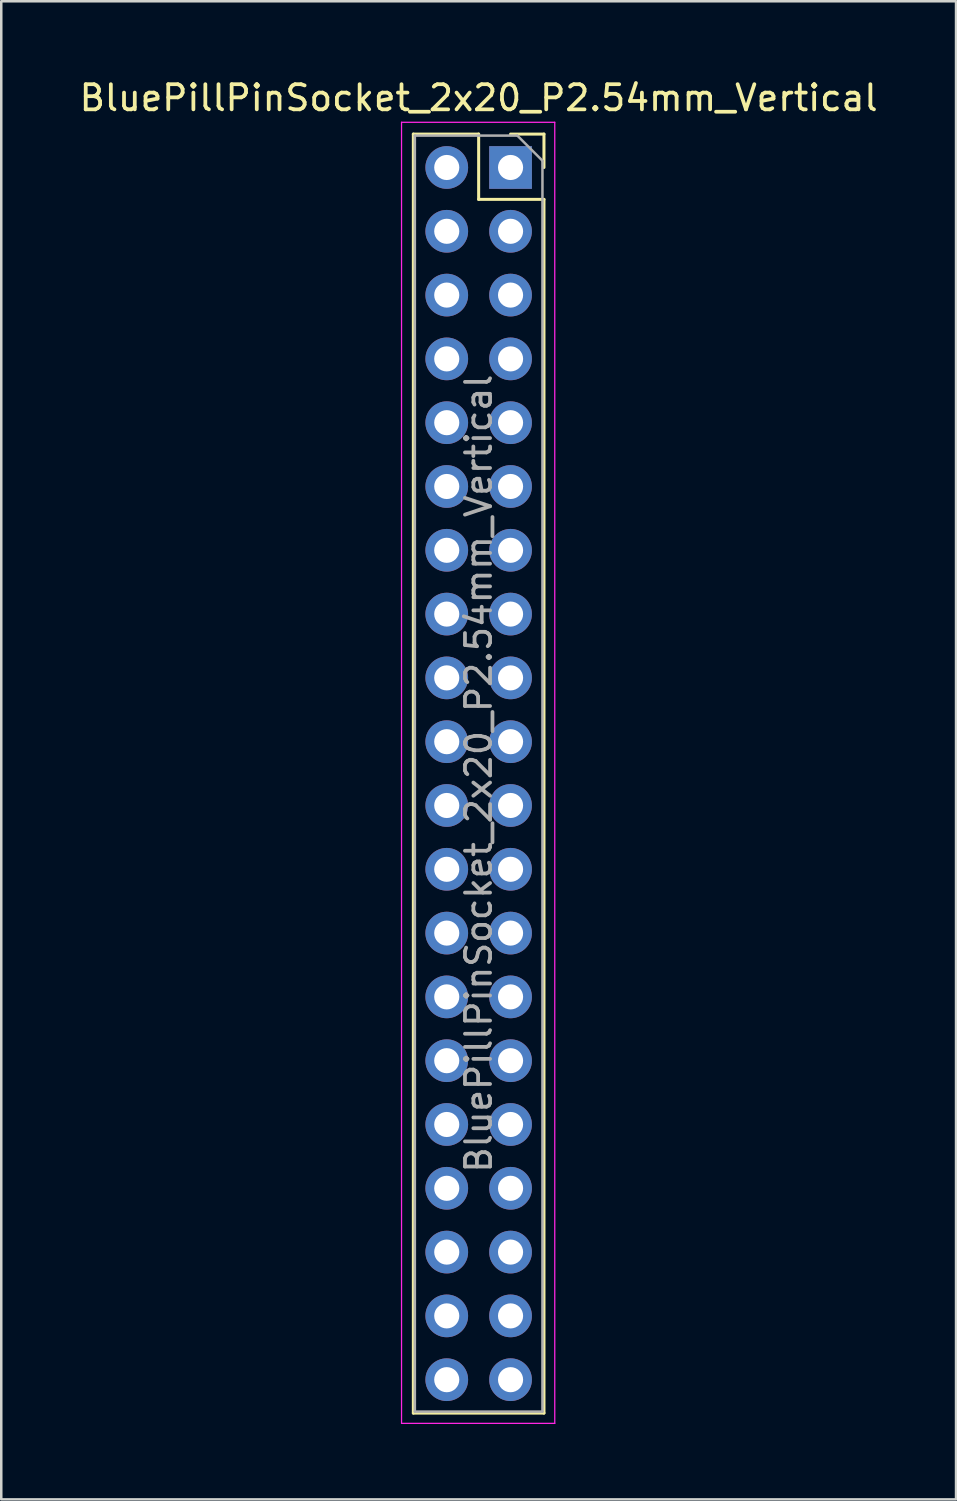
<source format=kicad_pcb>
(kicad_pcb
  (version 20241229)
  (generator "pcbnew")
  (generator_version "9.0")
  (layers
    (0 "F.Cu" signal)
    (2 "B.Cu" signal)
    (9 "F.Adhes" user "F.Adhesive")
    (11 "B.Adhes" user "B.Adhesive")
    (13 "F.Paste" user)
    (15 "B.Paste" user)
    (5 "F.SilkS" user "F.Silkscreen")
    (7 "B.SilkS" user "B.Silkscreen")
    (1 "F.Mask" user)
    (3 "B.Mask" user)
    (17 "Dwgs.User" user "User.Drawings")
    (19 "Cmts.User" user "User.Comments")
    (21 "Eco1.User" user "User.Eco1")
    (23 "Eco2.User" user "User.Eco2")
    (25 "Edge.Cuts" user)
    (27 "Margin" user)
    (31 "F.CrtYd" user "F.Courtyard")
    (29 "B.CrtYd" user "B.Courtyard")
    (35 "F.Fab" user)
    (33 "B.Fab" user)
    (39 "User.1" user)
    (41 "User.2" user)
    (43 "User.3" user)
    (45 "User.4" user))
  (footprint "BluePillPinSocket_2x20_P2.54mm_Vertical"
    (layer "F.Cu")
    (at 17.276 3.618)
    (property "Reference" "BluePillPinSocket_2x20_P2.54mm_Vertical" (at -1.27 -2.77 0) (layer "F.SilkS") (effects (font (size 1 1) (thickness 0.15))))
    (attr through_hole)
    (fp_line (start -3.87 -1.33) (end -3.87 49.59) (stroke (width 0.12) (type solid)) (layer "F.SilkS"))
    (fp_line (start -3.87 -1.33) (end -1.27 -1.33) (stroke (width 0.12) (type solid)) (layer "F.SilkS"))
    (fp_line (start -3.87 49.59) (end 1.33 49.59) (stroke (width 0.12) (type solid)) (layer "F.SilkS"))
    (fp_line (start -1.27 -1.33) (end -1.27 1.27) (stroke (width 0.12) (type solid)) (layer "F.SilkS"))
    (fp_line (start -1.27 1.27) (end 1.33 1.27) (stroke (width 0.12) (type solid)) (layer "F.SilkS"))
    (fp_line (start 0 -1.33) (end 1.33 -1.33) (stroke (width 0.12) (type solid)) (layer "F.SilkS"))
    (fp_line (start 1.33 -1.33) (end 1.33 0) (stroke (width 0.12) (type solid)) (layer "F.SilkS"))
    (fp_line (start 1.33 1.27) (end 1.33 49.59) (stroke (width 0.12) (type solid)) (layer "F.SilkS"))
    (fp_line (start -4.34 -1.8) (end 1.76 -1.8) (stroke (width 0.05) (type solid)) (layer "F.CrtYd"))
    (fp_line (start -4.34 50) (end -4.34 -1.8) (stroke (width 0.05) (type solid)) (layer "F.CrtYd"))
    (fp_line (start 1.76 -1.8) (end 1.76 50) (stroke (width 0.05) (type solid)) (layer "F.CrtYd"))
    (fp_line (start 1.76 50) (end -4.34 50) (stroke (width 0.05) (type solid)) (layer "F.CrtYd"))
    (fp_line (start -3.81 -1.27) (end 0.27 -1.27) (stroke (width 0.1) (type solid)) (layer "F.Fab"))
    (fp_line (start -3.81 49.53) (end -3.81 -1.27) (stroke (width 0.1) (type solid)) (layer "F.Fab"))
    (fp_line (start 0.27 -1.27) (end 1.27 -0.27) (stroke (width 0.1) (type solid)) (layer "F.Fab"))
    (fp_line (start 1.27 -0.27) (end 1.27 49.53) (stroke (width 0.1) (type solid)) (layer "F.Fab"))
    (fp_line (start 1.27 49.53) (end -3.81 49.53) (stroke (width 0.1) (type solid)) (layer "F.Fab"))
    (fp_text user "${REFERENCE}" (at -1.27 24.13 90) (layer "F.Fab") (effects (font (size 1 1) (thickness 0.15))))
    (pad "1" thru_hole rect (at 0 0) (size 1.7 1.7) (drill 1) (layers "*.Cu" "*.Mask"))
    (pad "2" thru_hole oval (at -2.54 0) (size 1.7 1.7) (drill 1) (layers "*.Cu" "*.Mask"))
    (pad "3" thru_hole oval (at 0 2.54) (size 1.7 1.7) (drill 1) (layers "*.Cu" "*.Mask"))
    (pad "4" thru_hole oval (at -2.54 2.54) (size 1.7 1.7) (drill 1) (layers "*.Cu" "*.Mask"))
    (pad "5" thru_hole oval (at 0 5.08) (size 1.7 1.7) (drill 1) (layers "*.Cu" "*.Mask"))
    (pad "6" thru_hole oval (at -2.54 5.08) (size 1.7 1.7) (drill 1) (layers "*.Cu" "*.Mask"))
    (pad "7" thru_hole oval (at 0 7.62) (size 1.7 1.7) (drill 1) (layers "*.Cu" "*.Mask"))
    (pad "8" thru_hole oval (at -2.54 7.62) (size 1.7 1.7) (drill 1) (layers "*.Cu" "*.Mask"))
    (pad "9" thru_hole oval (at 0 10.16) (size 1.7 1.7) (drill 1) (layers "*.Cu" "*.Mask"))
    (pad "10" thru_hole oval (at -2.54 10.16) (size 1.7 1.7) (drill 1) (layers "*.Cu" "*.Mask"))
    (pad "11" thru_hole oval (at 0 12.7) (size 1.7 1.7) (drill 1) (layers "*.Cu" "*.Mask"))
    (pad "12" thru_hole oval (at -2.54 12.7) (size 1.7 1.7) (drill 1) (layers "*.Cu" "*.Mask"))
    (pad "13" thru_hole oval (at 0 15.24) (size 1.7 1.7) (drill 1) (layers "*.Cu" "*.Mask"))
    (pad "14" thru_hole oval (at -2.54 15.24) (size 1.7 1.7) (drill 1) (layers "*.Cu" "*.Mask"))
    (pad "15" thru_hole oval (at 0 17.78) (size 1.7 1.7) (drill 1) (layers "*.Cu" "*.Mask"))
    (pad "16" thru_hole oval (at -2.54 17.78) (size 1.7 1.7) (drill 1) (layers "*.Cu" "*.Mask"))
    (pad "17" thru_hole oval (at 0 20.32) (size 1.7 1.7) (drill 1) (layers "*.Cu" "*.Mask"))
    (pad "18" thru_hole oval (at -2.54 20.32) (size 1.7 1.7) (drill 1) (layers "*.Cu" "*.Mask"))
    (pad "19" thru_hole oval (at 0 22.86) (size 1.7 1.7) (drill 1) (layers "*.Cu" "*.Mask"))
    (pad "20" thru_hole oval (at -2.54 22.86) (size 1.7 1.7) (drill 1) (layers "*.Cu" "*.Mask"))
    (pad "21" thru_hole oval (at 0 25.4) (size 1.7 1.7) (drill 1) (layers "*.Cu" "*.Mask"))
    (pad "22" thru_hole oval (at -2.54 25.4) (size 1.7 1.7) (drill 1) (layers "*.Cu" "*.Mask"))
    (pad "23" thru_hole oval (at 0 27.94) (size 1.7 1.7) (drill 1) (layers "*.Cu" "*.Mask"))
    (pad "24" thru_hole oval (at -2.54 27.94) (size 1.7 1.7) (drill 1) (layers "*.Cu" "*.Mask"))
    (pad "25" thru_hole oval (at 0 30.48) (size 1.7 1.7) (drill 1) (layers "*.Cu" "*.Mask"))
    (pad "26" thru_hole oval (at -2.54 30.48) (size 1.7 1.7) (drill 1) (layers "*.Cu" "*.Mask"))
    (pad "27" thru_hole oval (at 0 33.02) (size 1.7 1.7) (drill 1) (layers "*.Cu" "*.Mask"))
    (pad "28" thru_hole oval (at -2.54 33.02) (size 1.7 1.7) (drill 1) (layers "*.Cu" "*.Mask"))
    (pad "29" thru_hole oval (at 0 35.56) (size 1.7 1.7) (drill 1) (layers "*.Cu" "*.Mask"))
    (pad "30" thru_hole oval (at -2.54 35.56) (size 1.7 1.7) (drill 1) (layers "*.Cu" "*.Mask"))
    (pad "31" thru_hole oval (at 0 38.1) (size 1.7 1.7) (drill 1) (layers "*.Cu" "*.Mask"))
    (pad "32" thru_hole oval (at -2.54 38.1) (size 1.7 1.7) (drill 1) (layers "*.Cu" "*.Mask"))
    (pad "33" thru_hole oval (at 0 40.64) (size 1.7 1.7) (drill 1) (layers "*.Cu" "*.Mask"))
    (pad "34" thru_hole oval (at -2.54 40.64) (size 1.7 1.7) (drill 1) (layers "*.Cu" "*.Mask"))
    (pad "35" thru_hole oval (at 0 43.18) (size 1.7 1.7) (drill 1) (layers "*.Cu" "*.Mask"))
    (pad "36" thru_hole oval (at -2.54 43.18) (size 1.7 1.7) (drill 1) (layers "*.Cu" "*.Mask"))
    (pad "37" thru_hole oval (at 0 45.72) (size 1.7 1.7) (drill 1) (layers "*.Cu" "*.Mask"))
    (pad "38" thru_hole oval (at -2.54 45.72) (size 1.7 1.7) (drill 1) (layers "*.Cu" "*.Mask"))
    (pad "39" thru_hole oval (at 0 48.26) (size 1.7 1.7) (drill 1) (layers "*.Cu" "*.Mask"))
    (pad "40" thru_hole oval (at -2.54 48.26) (size 1.7 1.7) (drill 1) (layers "*.Cu" "*.Mask")))
  (gr_rect
    (start -3 -3)
    (end 35.012 56.643)
    (stroke (width 0.1) (type default))
    (fill no)
    (layer "Edge.Cuts")))
</source>
